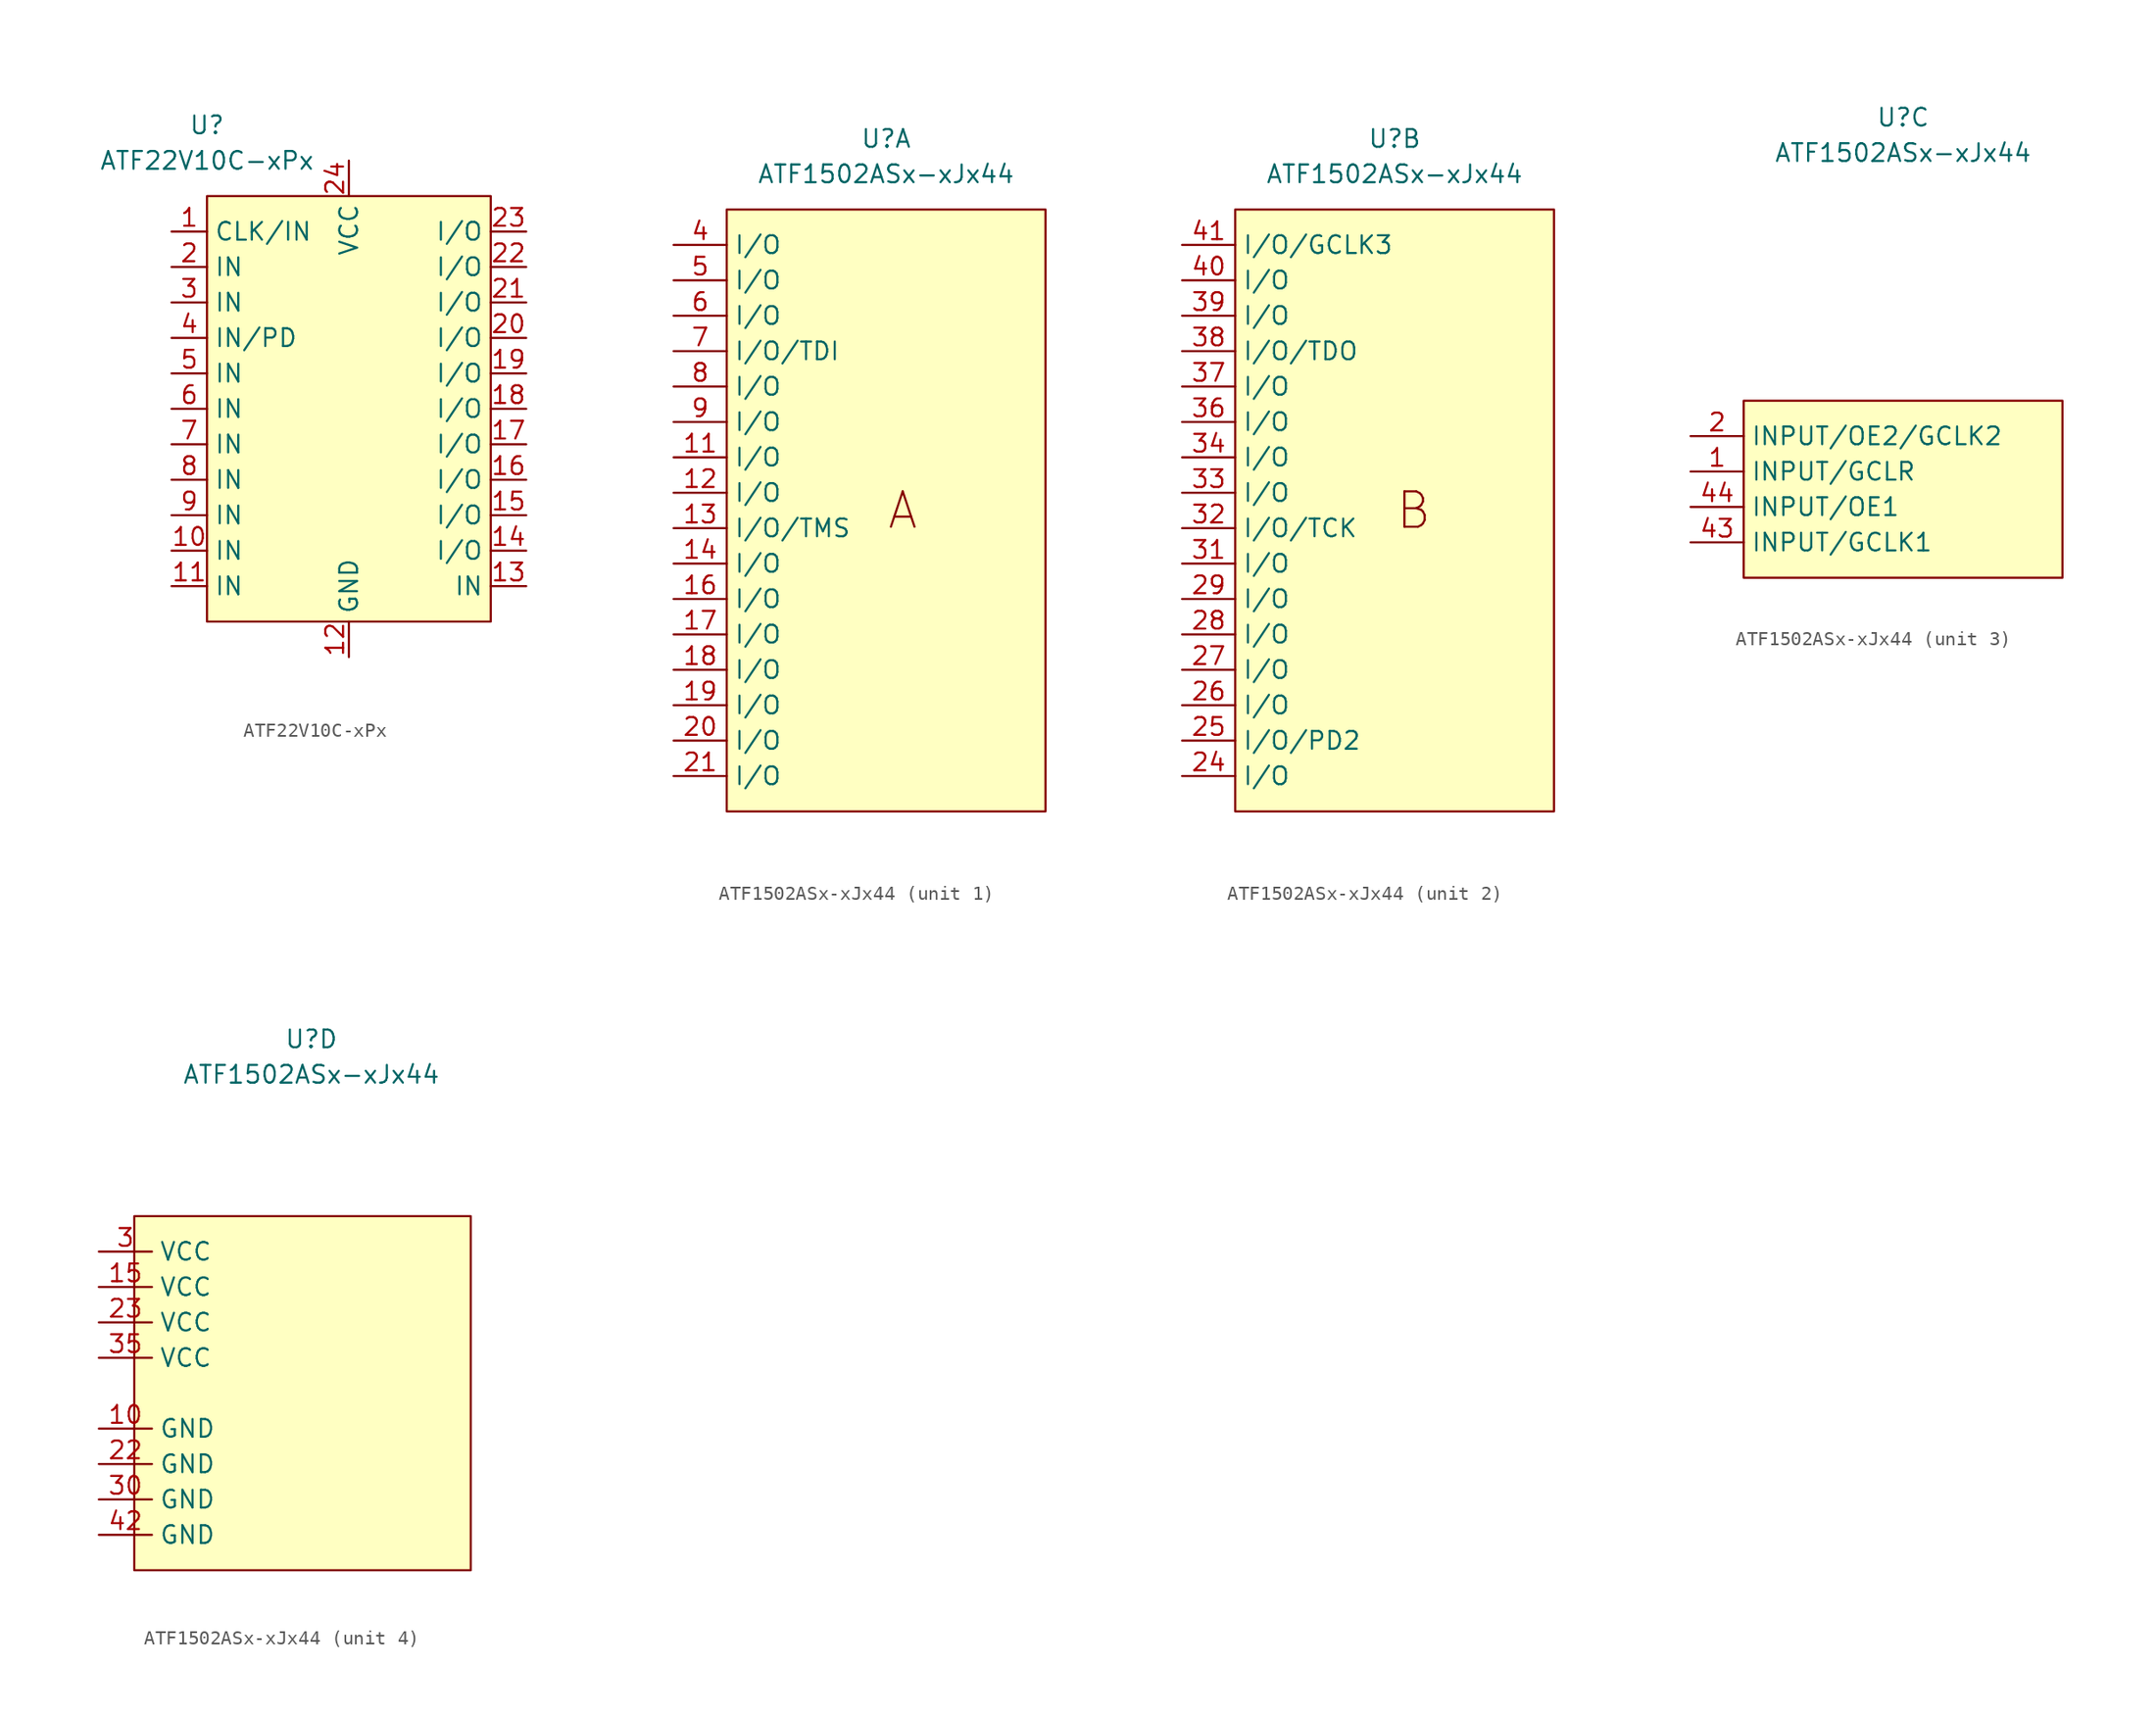
<source format=kicad_sym>
(kicad_symbol_lib
  (version 20231120)
  (generator "kicad_symbol_editor")
  (generator_version "8.0")
  (symbol "ATF22V10C-xPx"
    (property "Reference" "U"
      (at -10.16 20.32 0)
      (effects (font (size 1.27 1.27))))
    (property "Value" "ATF22V10C-xPx"
      (at -10.16 17.78 0)
      (effects (font (size 1.27 1.27))))
    (symbol "ATF22V10C-xPx_0_0"
      (pin input line (at -12.7 12.7 0) (length 2.54) (name "CLK/IN" (effects (font (size 1.27 1.27)))) (number "1" (effects (font (size 1.27 1.27)))))
      (pin input line (at -12.7 -10.16 0) (length 2.54) (name "IN" (effects (font (size 1.27 1.27)))) (number "10" (effects (font (size 1.27 1.27)))))
      (pin input line (at -12.7 -12.7 0) (length 2.54) (name "IN" (effects (font (size 1.27 1.27)))) (number "11" (effects (font (size 1.27 1.27)))))
      (pin power_in line (at 0 -17.78 90) (length 2.54) (name "GND" (effects (font (size 1.27 1.27)))) (number "12" (effects (font (size 1.27 1.27)))))
      (pin input line (at 12.7 -12.7 180) (length 2.54) (name "IN" (effects (font (size 1.27 1.27)))) (number "13" (effects (font (size 1.27 1.27)))))
      (pin bidirectional line (at 12.7 -10.16 180) (length 2.54) (name "I/O" (effects (font (size 1.27 1.27)))) (number "14" (effects (font (size 1.27 1.27)))))
      (pin bidirectional line (at 12.7 -7.62 180) (length 2.54) (name "I/O" (effects (font (size 1.27 1.27)))) (number "15" (effects (font (size 1.27 1.27)))))
      (pin bidirectional line (at 12.7 -5.08 180) (length 2.54) (name "I/O" (effects (font (size 1.27 1.27)))) (number "16" (effects (font (size 1.27 1.27)))))
      (pin bidirectional line (at 12.7 -2.54 180) (length 2.54) (name "I/O" (effects (font (size 1.27 1.27)))) (number "17" (effects (font (size 1.27 1.27)))))
      (pin bidirectional line (at 12.7 0 180) (length 2.54) (name "I/O" (effects (font (size 1.27 1.27)))) (number "18" (effects (font (size 1.27 1.27)))))
      (pin bidirectional line (at 12.7 2.54 180) (length 2.54) (name "I/O" (effects (font (size 1.27 1.27)))) (number "19" (effects (font (size 1.27 1.27)))))
      (pin input line (at -12.7 10.16 0) (length 2.54) (name "IN" (effects (font (size 1.27 1.27)))) (number "2" (effects (font (size 1.27 1.27)))))
      (pin bidirectional line (at 12.7 5.08 180) (length 2.54) (name "I/O" (effects (font (size 1.27 1.27)))) (number "20" (effects (font (size 1.27 1.27)))))
      (pin bidirectional line (at 12.7 7.62 180) (length 2.54) (name "I/O" (effects (font (size 1.27 1.27)))) (number "21" (effects (font (size 1.27 1.27)))))
      (pin bidirectional line (at 12.7 10.16 180) (length 2.54) (name "I/O" (effects (font (size 1.27 1.27)))) (number "22" (effects (font (size 1.27 1.27)))))
      (pin bidirectional line (at 12.7 12.7 180) (length 2.54) (name "I/O" (effects (font (size 1.27 1.27)))) (number "23" (effects (font (size 1.27 1.27)))))
      (pin power_in line (at 0 17.78 270) (length 2.54) (name "VCC" (effects (font (size 1.27 1.27)))) (number "24" (effects (font (size 1.27 1.27)))))
      (pin input line (at -12.7 7.62 0) (length 2.54) (name "IN" (effects (font (size 1.27 1.27)))) (number "3" (effects (font (size 1.27 1.27)))))
      (pin input line (at -12.7 5.08 0) (length 2.54) (name "IN/PD" (effects (font (size 1.27 1.27)))) (number "4" (effects (font (size 1.27 1.27)))))
      (pin input line (at -12.7 2.54 0) (length 2.54) (name "IN" (effects (font (size 1.27 1.27)))) (number "5" (effects (font (size 1.27 1.27)))))
      (pin input line (at -12.7 0 0) (length 2.54) (name "IN" (effects (font (size 1.27 1.27)))) (number "6" (effects (font (size 1.27 1.27)))))
      (pin input line (at -12.7 -2.54 0) (length 2.54) (name "IN" (effects (font (size 1.27 1.27)))) (number "7" (effects (font (size 1.27 1.27)))))
      (pin input line (at -12.7 -5.08 0) (length 2.54) (name "IN" (effects (font (size 1.27 1.27)))) (number "8" (effects (font (size 1.27 1.27)))))
      (pin input line (at -12.7 -7.62 0) (length 2.54) (name "IN" (effects (font (size 1.27 1.27)))) (number "9" (effects (font (size 1.27 1.27))))))
    (symbol "ATF22V10C-xPx_1_1"
      (rectangle (start -10.16 15.24) (end 10.16 -15.24) (stroke (width 0) (type default)) (fill (type background)))))
  (symbol "ATF1502ASx-xJx44"
    (property "Reference" "U"
      (at 0 25.4 0)
      (effects (font (size 1.27 1.27))))
    (property "Value" "ATF1502ASx-xJx44"
      (at 0 22.86 0)
      (effects (font (size 1.27 1.27))))
    (property "ki_locked" ""
      (at 0 0 0)
      (effects (font (size 1.27 1.27))))
    (symbol "ATF1502ASx-xJx44_1_0"
      (pin bidirectional line (at -15.24 2.54 0) (length 3.81) (name "I/O" (effects (font (size 1.27 1.27)))) (number "11" (effects (font (size 1.27 1.27)))))
      (pin bidirectional line (at -15.24 0 0) (length 3.81) (name "I/O" (effects (font (size 1.27 1.27)))) (number "12" (effects (font (size 1.27 1.27)))))
      (pin bidirectional line (at -15.24 -2.54 0) (length 3.81) (name "I/O/TMS" (effects (font (size 1.27 1.27)))) (number "13" (effects (font (size 1.27 1.27)))))
      (pin bidirectional line (at -15.24 -5.08 0) (length 3.81) (name "I/O" (effects (font (size 1.27 1.27)))) (number "14" (effects (font (size 1.27 1.27)))))
      (pin bidirectional line (at -15.24 -7.62 0) (length 3.81) (name "I/O" (effects (font (size 1.27 1.27)))) (number "16" (effects (font (size 1.27 1.27)))))
      (pin bidirectional line (at -15.24 -10.16 0) (length 3.81) (name "I/O" (effects (font (size 1.27 1.27)))) (number "17" (effects (font (size 1.27 1.27)))))
      (pin bidirectional line (at -15.24 -12.7 0) (length 3.81) (name "I/O" (effects (font (size 1.27 1.27)))) (number "18" (effects (font (size 1.27 1.27)))))
      (pin bidirectional line (at -15.24 -15.24 0) (length 3.81) (name "I/O" (effects (font (size 1.27 1.27)))) (number "19" (effects (font (size 1.27 1.27)))))
      (pin bidirectional line (at -15.24 -17.78 0) (length 3.81) (name "I/O" (effects (font (size 1.27 1.27)))) (number "20" (effects (font (size 1.27 1.27)))))
      (pin bidirectional line (at -15.24 -20.32 0) (length 3.81) (name "I/O" (effects (font (size 1.27 1.27)))) (number "21" (effects (font (size 1.27 1.27)))))
      (pin bidirectional line (at -15.24 17.78 0) (length 3.81) (name "I/O" (effects (font (size 1.27 1.27)))) (number "4" (effects (font (size 1.27 1.27)))))
      (pin bidirectional line (at -15.24 15.24 0) (length 3.81) (name "I/O" (effects (font (size 1.27 1.27)))) (number "5" (effects (font (size 1.27 1.27)))))
      (pin bidirectional line (at -15.24 12.7 0) (length 3.81) (name "I/O" (effects (font (size 1.27 1.27)))) (number "6" (effects (font (size 1.27 1.27)))))
      (pin bidirectional line (at -15.24 10.16 0) (length 3.81) (name "I/O/TDI" (effects (font (size 1.27 1.27)))) (number "7" (effects (font (size 1.27 1.27)))))
      (pin bidirectional line (at -15.24 7.62 0) (length 3.81) (name "I/O" (effects (font (size 1.27 1.27)))) (number "8" (effects (font (size 1.27 1.27)))))
      (pin bidirectional line (at -15.24 5.08 0) (length 3.81) (name "I/O" (effects (font (size 1.27 1.27)))) (number "9" (effects (font (size 1.27 1.27))))))
    (symbol "ATF1502ASx-xJx44_1_1"
      (rectangle (start -11.43 20.32) (end 11.43 -22.86) (stroke (width 0) (type default)) (fill (type background)))
      (text "A" (at 0 -1.27 0) (effects (font (size 2.54 2.54)) (justify left))))
    (symbol "ATF1502ASx-xJx44_2_0"
      (pin bidirectional line (at -15.24 -20.32 0) (length 3.81) (name "I/O" (effects (font (size 1.27 1.27)))) (number "24" (effects (font (size 1.27 1.27)))))
      (pin bidirectional line (at -15.24 -17.78 0) (length 3.81) (name "I/O/PD2" (effects (font (size 1.27 1.27)))) (number "25" (effects (font (size 1.27 1.27)))))
      (pin bidirectional line (at -15.24 -15.24 0) (length 3.81) (name "I/O" (effects (font (size 1.27 1.27)))) (number "26" (effects (font (size 1.27 1.27)))))
      (pin bidirectional line (at -15.24 -12.7 0) (length 3.81) (name "I/O" (effects (font (size 1.27 1.27)))) (number "27" (effects (font (size 1.27 1.27)))))
      (pin bidirectional line (at -15.24 -10.16 0) (length 3.81) (name "I/O" (effects (font (size 1.27 1.27)))) (number "28" (effects (font (size 1.27 1.27)))))
      (pin bidirectional line (at -15.24 -7.62 0) (length 3.81) (name "I/O" (effects (font (size 1.27 1.27)))) (number "29" (effects (font (size 1.27 1.27)))))
      (pin bidirectional line (at -15.24 -5.08 0) (length 3.81) (name "I/O" (effects (font (size 1.27 1.27)))) (number "31" (effects (font (size 1.27 1.27)))))
      (pin bidirectional line (at -15.24 -2.54 0) (length 3.81) (name "I/O/TCK" (effects (font (size 1.27 1.27)))) (number "32" (effects (font (size 1.27 1.27)))))
      (pin bidirectional line (at -15.24 0 0) (length 3.81) (name "I/O" (effects (font (size 1.27 1.27)))) (number "33" (effects (font (size 1.27 1.27)))))
      (pin bidirectional line (at -15.24 2.54 0) (length 3.81) (name "I/O" (effects (font (size 1.27 1.27)))) (number "34" (effects (font (size 1.27 1.27)))))
      (pin bidirectional line (at -15.24 5.08 0) (length 3.81) (name "I/O" (effects (font (size 1.27 1.27)))) (number "36" (effects (font (size 1.27 1.27)))))
      (pin bidirectional line (at -15.24 7.62 0) (length 3.81) (name "I/O" (effects (font (size 1.27 1.27)))) (number "37" (effects (font (size 1.27 1.27)))))
      (pin bidirectional line (at -15.24 10.16 0) (length 3.81) (name "I/O/TDO" (effects (font (size 1.27 1.27)))) (number "38" (effects (font (size 1.27 1.27)))))
      (pin bidirectional line (at -15.24 12.7 0) (length 3.81) (name "I/O" (effects (font (size 1.27 1.27)))) (number "39" (effects (font (size 1.27 1.27)))))
      (pin bidirectional line (at -15.24 15.24 0) (length 3.81) (name "I/O" (effects (font (size 1.27 1.27)))) (number "40" (effects (font (size 1.27 1.27)))))
      (pin bidirectional line (at -15.24 17.78 0) (length 3.81) (name "I/O/GCLK3" (effects (font (size 1.27 1.27)))) (number "41" (effects (font (size 1.27 1.27))))))
    (symbol "ATF1502ASx-xJx44_2_1"
      (rectangle (start -11.43 20.32) (end 11.43 -22.86) (stroke (width 0) (type default)) (fill (type background)))
      (text "B" (at 0 -1.27 0) (effects (font (size 2.54 2.54)) (justify left))))
    (symbol "ATF1502ASx-xJx44_3_0"
      (pin input line (at -15.24 0 0) (length 3.81) (name "INPUT/GCLR" (effects (font (size 1.27 1.27)))) (number "1" (effects (font (size 1.27 1.27)))))
      (pin input line (at -15.24 2.54 0) (length 3.81) (name "INPUT/OE2/GCLK2" (effects (font (size 1.27 1.27)))) (number "2" (effects (font (size 1.27 1.27)))))
      (pin input line (at -15.24 -5.08 0) (length 3.81) (name "INPUT/GCLK1" (effects (font (size 1.27 1.27)))) (number "43" (effects (font (size 1.27 1.27)))))
      (pin input line (at -15.24 -2.54 0) (length 3.81) (name "INPUT/OE1" (effects (font (size 1.27 1.27)))) (number "44" (effects (font (size 1.27 1.27))))))
    (symbol "ATF1502ASx-xJx44_3_1"
      (rectangle (start -11.43 5.08) (end 11.43 -7.62) (stroke (width 0) (type default)) (fill (type background))))
    (symbol "ATF1502ASx-xJx44_4_0"
      (pin power_in line (at -15.24 -2.54 0) (length 3.81) (name "GND" (effects (font (size 1.27 1.27)))) (number "10" (effects (font (size 1.27 1.27)))))
      (pin power_in line (at -15.24 7.62 0) (length 3.81) (name "VCC" (effects (font (size 1.27 1.27)))) (number "15" (effects (font (size 1.27 1.27)))))
      (pin power_in line (at -15.24 -5.08 0) (length 3.81) (name "GND" (effects (font (size 1.27 1.27)))) (number "22" (effects (font (size 1.27 1.27)))))
      (pin power_in line (at -15.24 5.08 0) (length 3.81) (name "VCC" (effects (font (size 1.27 1.27)))) (number "23" (effects (font (size 1.27 1.27)))))
      (pin power_in line (at -15.24 10.16 0) (length 3.81) (name "VCC" (effects (font (size 1.27 1.27)))) (number "3" (effects (font (size 1.27 1.27)))))
      (pin power_in line (at -15.24 -7.62 0) (length 3.81) (name "GND" (effects (font (size 1.27 1.27)))) (number "30" (effects (font (size 1.27 1.27)))))
      (pin power_in line (at -15.24 2.54 0) (length 3.81) (name "VCC" (effects (font (size 1.27 1.27)))) (number "35" (effects (font (size 1.27 1.27)))))
      (pin power_in line (at -15.24 -10.16 0) (length 3.81) (name "GND" (effects (font (size 1.27 1.27)))) (number "42" (effects (font (size 1.27 1.27))))))
    (symbol "ATF1502ASx-xJx44_4_1"
      (rectangle (start -12.7 12.7) (end 11.43 -12.7) (stroke (width 0) (type default)) (fill (type background))))))
</source>
